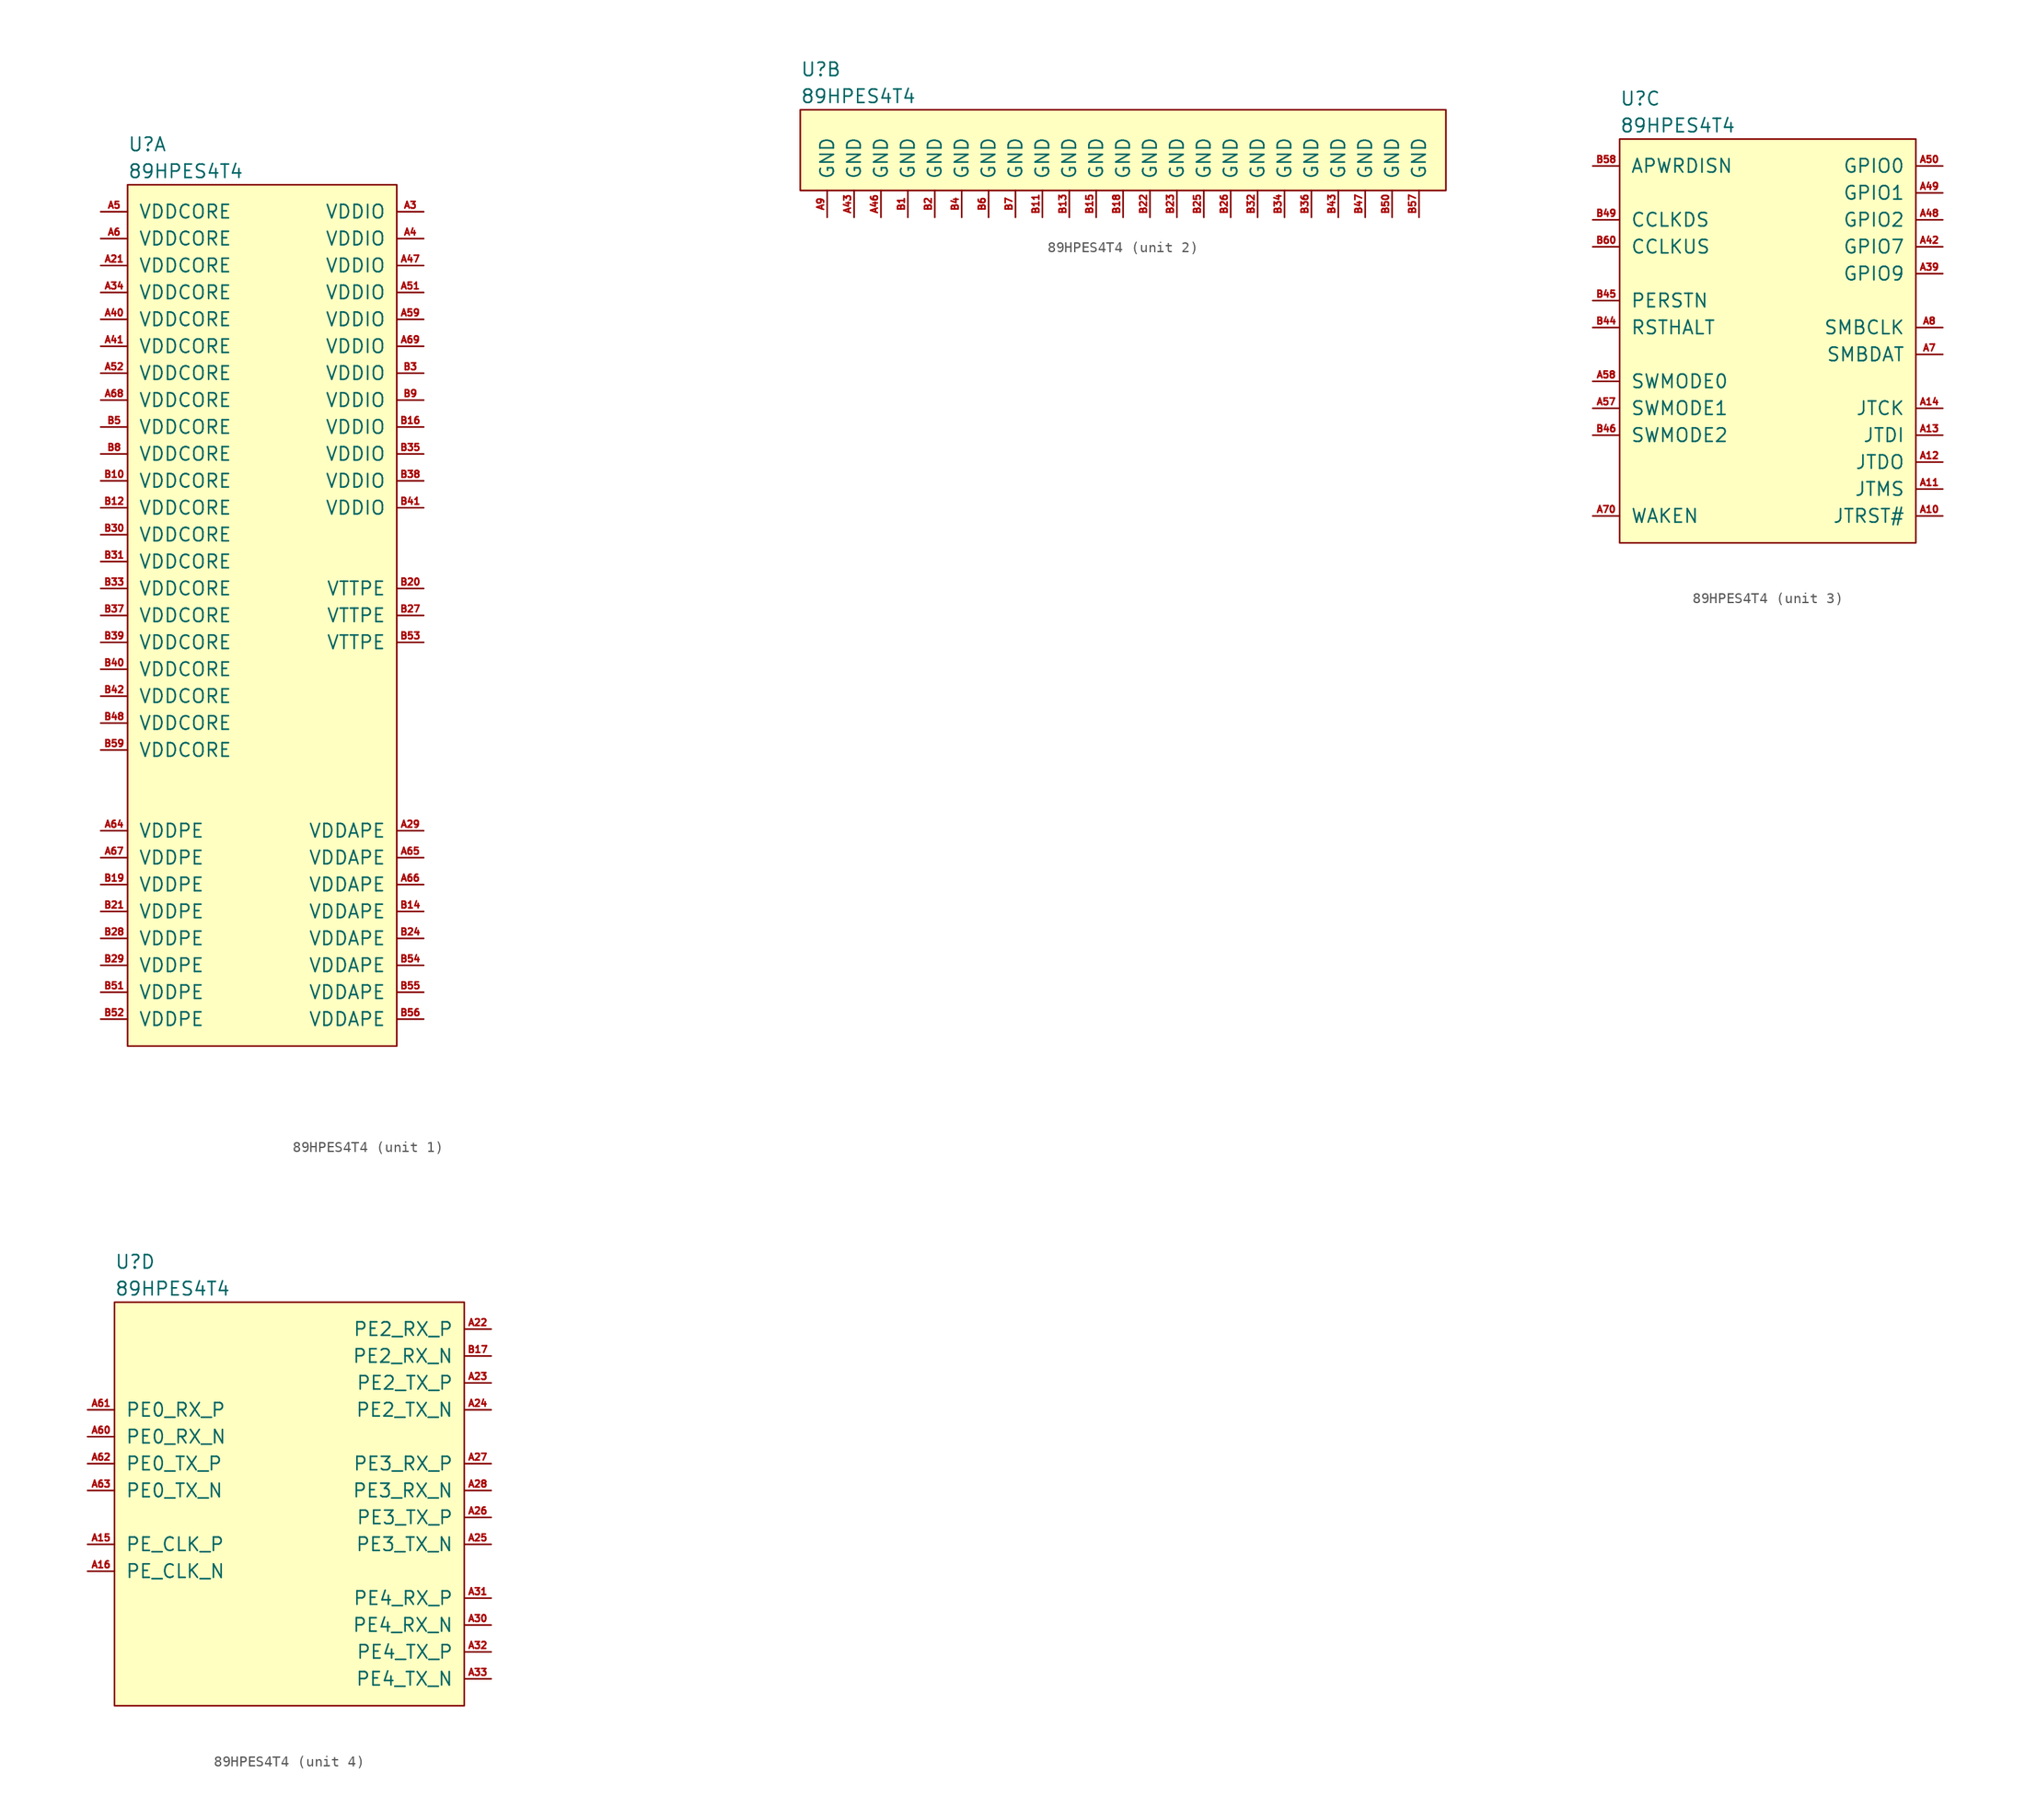
<source format=kicad_sym>
(kicad_symbol_lib
  (version 20211014)
  (generator kicad_symbol_editor)
  (symbol "89HPES4T4"
    (pin_names
      (offset 1.016))
    (property "Reference" "U"
      (at 0 3.81 0)
      (effects (font (size 1.27 1.27)) (justify left)))
    (property "Value" "89HPES4T4"
      (at 0 1.27 0)
      (effects (font (size 1.27 1.27)) (justify left)))
    (property "ki_locked" ""
      (at 0 0 0)
      (effects (font (size 1.27 1.27))))
    (symbol "89HPES4T4_1_1"
      (rectangle (start 0 0) (end 25.4 -81.28) (stroke (width 0) (type default) (color 0 0 0 0)) (fill (type background)))
      (pin no_connect line (at 45.72 -45.72 0) (length 2.54) hide (name "NC" (effects (font (size 1.27 1.27)))) (number "A1" (effects (font (size 0.635 0.635)))))
      (pin no_connect line (at 45.72 -40.64 0) (length 2.54) hide (name "NC" (effects (font (size 1.27 1.27)))) (number "A17" (effects (font (size 0.635 0.635)))))
      (pin no_connect line (at 45.72 -38.1 0) (length 2.54) hide (name "NC" (effects (font (size 1.27 1.27)))) (number "A18" (effects (font (size 0.635 0.635)))))
      (pin no_connect line (at 45.72 -35.56 0) (length 2.54) hide (name "NC" (effects (font (size 1.27 1.27)))) (number "A19" (effects (font (size 0.635 0.635)))))
      (pin no_connect line (at 45.72 -43.18 0) (length 2.54) hide (name "NC" (effects (font (size 1.27 1.27)))) (number "A2" (effects (font (size 0.635 0.635)))))
      (pin no_connect line (at 45.72 -33.02 0) (length 2.54) hide (name "NC" (effects (font (size 1.27 1.27)))) (number "A20" (effects (font (size 0.635 0.635)))))
      (pin power_in line (at -2.54 -7.62 0) (length 2.54) (name "VDDCORE" (effects (font (size 1.27 1.27)))) (number "A21" (effects (font (size 0.635 0.635)))))
      (pin power_in line (at 27.94 -60.96 180) (length 2.54) (name "VDDAPE" (effects (font (size 1.27 1.27)))) (number "A29" (effects (font (size 0.635 0.635)))))
      (pin power_in line (at 27.94 -2.54 180) (length 2.54) (name "VDDIO" (effects (font (size 1.27 1.27)))) (number "A3" (effects (font (size 0.635 0.635)))))
      (pin power_in line (at -2.54 -10.16 0) (length 2.54) (name "VDDCORE" (effects (font (size 1.27 1.27)))) (number "A34" (effects (font (size 0.635 0.635)))))
      (pin no_connect line (at 45.72 -30.48 0) (length 2.54) hide (name "NC" (effects (font (size 1.27 1.27)))) (number "A35" (effects (font (size 0.635 0.635)))))
      (pin no_connect line (at 45.72 -27.94 0) (length 2.54) hide (name "NC" (effects (font (size 1.27 1.27)))) (number "A36" (effects (font (size 0.635 0.635)))))
      (pin no_connect line (at 45.72 -25.4 0) (length 2.54) hide (name "NC" (effects (font (size 1.27 1.27)))) (number "A37" (effects (font (size 0.635 0.635)))))
      (pin no_connect line (at 45.72 -22.86 0) (length 2.54) hide (name "NC" (effects (font (size 1.27 1.27)))) (number "A38" (effects (font (size 0.635 0.635)))))
      (pin power_in line (at 27.94 -5.08 180) (length 2.54) (name "VDDIO" (effects (font (size 1.27 1.27)))) (number "A4" (effects (font (size 0.635 0.635)))))
      (pin power_in line (at -2.54 -12.7 0) (length 2.54) (name "VDDCORE" (effects (font (size 1.27 1.27)))) (number "A40" (effects (font (size 0.635 0.635)))))
      (pin power_in line (at -2.54 -15.24 0) (length 2.54) (name "VDDCORE" (effects (font (size 1.27 1.27)))) (number "A41" (effects (font (size 0.635 0.635)))))
      (pin no_connect line (at 45.72 -20.32 0) (length 2.54) hide (name "NC" (effects (font (size 1.27 1.27)))) (number "A44" (effects (font (size 0.635 0.635)))))
      (pin no_connect line (at 45.72 -17.78 0) (length 2.54) hide (name "NC" (effects (font (size 1.27 1.27)))) (number "A45" (effects (font (size 0.635 0.635)))))
      (pin power_in line (at 27.94 -7.62 180) (length 2.54) (name "VDDIO" (effects (font (size 1.27 1.27)))) (number "A47" (effects (font (size 0.635 0.635)))))
      (pin power_in line (at -2.54 -2.54 0) (length 2.54) (name "VDDCORE" (effects (font (size 1.27 1.27)))) (number "A5" (effects (font (size 0.635 0.635)))))
      (pin power_in line (at 27.94 -10.16 180) (length 2.54) (name "VDDIO" (effects (font (size 1.27 1.27)))) (number "A51" (effects (font (size 0.635 0.635)))))
      (pin power_in line (at -2.54 -17.78 0) (length 2.54) (name "VDDCORE" (effects (font (size 1.27 1.27)))) (number "A52" (effects (font (size 0.635 0.635)))))
      (pin no_connect line (at 45.72 -15.24 0) (length 2.54) hide (name "NC" (effects (font (size 1.27 1.27)))) (number "A53" (effects (font (size 0.635 0.635)))))
      (pin no_connect line (at 45.72 -12.7 0) (length 2.54) hide (name "NC" (effects (font (size 1.27 1.27)))) (number "A54" (effects (font (size 0.635 0.635)))))
      (pin no_connect line (at 45.72 -10.16 0) (length 2.54) hide (name "NC" (effects (font (size 1.27 1.27)))) (number "A55" (effects (font (size 0.635 0.635)))))
      (pin no_connect line (at 45.72 -7.62 0) (length 2.54) hide (name "NC" (effects (font (size 1.27 1.27)))) (number "A56" (effects (font (size 0.635 0.635)))))
      (pin power_in line (at 27.94 -12.7 180) (length 2.54) (name "VDDIO" (effects (font (size 1.27 1.27)))) (number "A59" (effects (font (size 0.635 0.635)))))
      (pin power_in line (at -2.54 -5.08 0) (length 2.54) (name "VDDCORE" (effects (font (size 1.27 1.27)))) (number "A6" (effects (font (size 0.635 0.635)))))
      (pin power_in line (at -2.54 -60.96 0) (length 2.54) (name "VDDPE" (effects (font (size 1.27 1.27)))) (number "A64" (effects (font (size 0.635 0.635)))))
      (pin power_in line (at 27.94 -63.5 180) (length 2.54) (name "VDDAPE" (effects (font (size 1.27 1.27)))) (number "A65" (effects (font (size 0.635 0.635)))))
      (pin power_in line (at 27.94 -66.04 180) (length 2.54) (name "VDDAPE" (effects (font (size 1.27 1.27)))) (number "A66" (effects (font (size 0.635 0.635)))))
      (pin power_in line (at -2.54 -63.5 0) (length 2.54) (name "VDDPE" (effects (font (size 1.27 1.27)))) (number "A67" (effects (font (size 0.635 0.635)))))
      (pin power_in line (at -2.54 -20.32 0) (length 2.54) (name "VDDCORE" (effects (font (size 1.27 1.27)))) (number "A68" (effects (font (size 0.635 0.635)))))
      (pin power_in line (at 27.94 -15.24 180) (length 2.54) (name "VDDIO" (effects (font (size 1.27 1.27)))) (number "A69" (effects (font (size 0.635 0.635)))))
      (pin no_connect line (at 45.72 -5.08 0) (length 2.54) hide (name "NC" (effects (font (size 1.27 1.27)))) (number "A71" (effects (font (size 0.635 0.635)))))
      (pin no_connect line (at 45.72 -2.54 0) (length 2.54) hide (name "NC" (effects (font (size 1.27 1.27)))) (number "A72" (effects (font (size 0.635 0.635)))))
      (pin power_in line (at -2.54 -27.94 0) (length 2.54) (name "VDDCORE" (effects (font (size 1.27 1.27)))) (number "B10" (effects (font (size 0.635 0.635)))))
      (pin power_in line (at -2.54 -30.48 0) (length 2.54) (name "VDDCORE" (effects (font (size 1.27 1.27)))) (number "B12" (effects (font (size 0.635 0.635)))))
      (pin power_in line (at 27.94 -68.58 180) (length 2.54) (name "VDDAPE" (effects (font (size 1.27 1.27)))) (number "B14" (effects (font (size 0.635 0.635)))))
      (pin power_in line (at 27.94 -22.86 180) (length 2.54) (name "VDDIO" (effects (font (size 1.27 1.27)))) (number "B16" (effects (font (size 0.635 0.635)))))
      (pin power_in line (at -2.54 -66.04 0) (length 2.54) (name "VDDPE" (effects (font (size 1.27 1.27)))) (number "B19" (effects (font (size 0.635 0.635)))))
      (pin power_in line (at 27.94 -38.1 180) (length 2.54) (name "VTTPE" (effects (font (size 1.27 1.27)))) (number "B20" (effects (font (size 0.635 0.635)))))
      (pin power_in line (at -2.54 -68.58 0) (length 2.54) (name "VDDPE" (effects (font (size 1.27 1.27)))) (number "B21" (effects (font (size 0.635 0.635)))))
      (pin power_in line (at 27.94 -71.12 180) (length 2.54) (name "VDDAPE" (effects (font (size 1.27 1.27)))) (number "B24" (effects (font (size 0.635 0.635)))))
      (pin power_in line (at 27.94 -40.64 180) (length 2.54) (name "VTTPE" (effects (font (size 1.27 1.27)))) (number "B27" (effects (font (size 0.635 0.635)))))
      (pin power_in line (at -2.54 -71.12 0) (length 2.54) (name "VDDPE" (effects (font (size 1.27 1.27)))) (number "B28" (effects (font (size 0.635 0.635)))))
      (pin power_in line (at -2.54 -73.66 0) (length 2.54) (name "VDDPE" (effects (font (size 1.27 1.27)))) (number "B29" (effects (font (size 0.635 0.635)))))
      (pin power_in line (at 27.94 -17.78 180) (length 2.54) (name "VDDIO" (effects (font (size 1.27 1.27)))) (number "B3" (effects (font (size 0.635 0.635)))))
      (pin power_in line (at -2.54 -33.02 0) (length 2.54) (name "VDDCORE" (effects (font (size 1.27 1.27)))) (number "B30" (effects (font (size 0.635 0.635)))))
      (pin power_in line (at -2.54 -35.56 0) (length 2.54) (name "VDDCORE" (effects (font (size 1.27 1.27)))) (number "B31" (effects (font (size 0.635 0.635)))))
      (pin power_in line (at -2.54 -38.1 0) (length 2.54) (name "VDDCORE" (effects (font (size 1.27 1.27)))) (number "B33" (effects (font (size 0.635 0.635)))))
      (pin power_in line (at 27.94 -25.4 180) (length 2.54) (name "VDDIO" (effects (font (size 1.27 1.27)))) (number "B35" (effects (font (size 0.635 0.635)))))
      (pin power_in line (at -2.54 -40.64 0) (length 2.54) (name "VDDCORE" (effects (font (size 1.27 1.27)))) (number "B37" (effects (font (size 0.635 0.635)))))
      (pin power_in line (at 27.94 -27.94 180) (length 2.54) (name "VDDIO" (effects (font (size 1.27 1.27)))) (number "B38" (effects (font (size 0.635 0.635)))))
      (pin power_in line (at -2.54 -43.18 0) (length 2.54) (name "VDDCORE" (effects (font (size 1.27 1.27)))) (number "B39" (effects (font (size 0.635 0.635)))))
      (pin power_in line (at -2.54 -45.72 0) (length 2.54) (name "VDDCORE" (effects (font (size 1.27 1.27)))) (number "B40" (effects (font (size 0.635 0.635)))))
      (pin power_in line (at 27.94 -30.48 180) (length 2.54) (name "VDDIO" (effects (font (size 1.27 1.27)))) (number "B41" (effects (font (size 0.635 0.635)))))
      (pin power_in line (at -2.54 -48.26 0) (length 2.54) (name "VDDCORE" (effects (font (size 1.27 1.27)))) (number "B42" (effects (font (size 0.635 0.635)))))
      (pin power_in line (at -2.54 -50.8 0) (length 2.54) (name "VDDCORE" (effects (font (size 1.27 1.27)))) (number "B48" (effects (font (size 0.635 0.635)))))
      (pin power_in line (at -2.54 -22.86 0) (length 2.54) (name "VDDCORE" (effects (font (size 1.27 1.27)))) (number "B5" (effects (font (size 0.635 0.635)))))
      (pin power_in line (at -2.54 -76.2 0) (length 2.54) (name "VDDPE" (effects (font (size 1.27 1.27)))) (number "B51" (effects (font (size 0.635 0.635)))))
      (pin power_in line (at -2.54 -78.74 0) (length 2.54) (name "VDDPE" (effects (font (size 1.27 1.27)))) (number "B52" (effects (font (size 0.635 0.635)))))
      (pin power_in line (at 27.94 -43.18 180) (length 2.54) (name "VTTPE" (effects (font (size 1.27 1.27)))) (number "B53" (effects (font (size 0.635 0.635)))))
      (pin power_in line (at 27.94 -73.66 180) (length 2.54) (name "VDDAPE" (effects (font (size 1.27 1.27)))) (number "B54" (effects (font (size 0.635 0.635)))))
      (pin power_in line (at 27.94 -76.2 180) (length 2.54) (name "VDDAPE" (effects (font (size 1.27 1.27)))) (number "B55" (effects (font (size 0.635 0.635)))))
      (pin power_in line (at 27.94 -78.74 180) (length 2.54) (name "VDDAPE" (effects (font (size 1.27 1.27)))) (number "B56" (effects (font (size 0.635 0.635)))))
      (pin power_in line (at -2.54 -53.34 0) (length 2.54) (name "VDDCORE" (effects (font (size 1.27 1.27)))) (number "B59" (effects (font (size 0.635 0.635)))))
      (pin power_in line (at -2.54 -25.4 0) (length 2.54) (name "VDDCORE" (effects (font (size 1.27 1.27)))) (number "B8" (effects (font (size 0.635 0.635)))))
      (pin power_in line (at 27.94 -20.32 180) (length 2.54) (name "VDDIO" (effects (font (size 1.27 1.27)))) (number "B9" (effects (font (size 0.635 0.635))))))
    (symbol "89HPES4T4_2_1"
      (rectangle (start 0 0) (end 60.96 -7.62) (stroke (width 0) (type default) (color 0 0 0 0)) (fill (type background)))
      (pin power_in line (at 5.08 -10.16 90) (length 2.54) (name "GND" (effects (font (size 1.27 1.27)))) (number "A43" (effects (font (size 0.635 0.635)))))
      (pin power_in line (at 7.62 -10.16 90) (length 2.54) (name "GND" (effects (font (size 1.27 1.27)))) (number "A46" (effects (font (size 0.635 0.635)))))
      (pin power_in line (at 2.54 -10.16 90) (length 2.54) (name "GND" (effects (font (size 1.27 1.27)))) (number "A9" (effects (font (size 0.635 0.635)))))
      (pin power_in line (at 10.16 -10.16 90) (length 2.54) (name "GND" (effects (font (size 1.27 1.27)))) (number "B1" (effects (font (size 0.635 0.635)))))
      (pin power_in line (at 22.86 -10.16 90) (length 2.54) (name "GND" (effects (font (size 1.27 1.27)))) (number "B11" (effects (font (size 0.635 0.635)))))
      (pin power_in line (at 25.4 -10.16 90) (length 2.54) (name "GND" (effects (font (size 1.27 1.27)))) (number "B13" (effects (font (size 0.635 0.635)))))
      (pin power_in line (at 27.94 -10.16 90) (length 2.54) (name "GND" (effects (font (size 1.27 1.27)))) (number "B15" (effects (font (size 0.635 0.635)))))
      (pin power_in line (at 30.48 -10.16 90) (length 2.54) (name "GND" (effects (font (size 1.27 1.27)))) (number "B18" (effects (font (size 0.635 0.635)))))
      (pin power_in line (at 12.7 -10.16 90) (length 2.54) (name "GND" (effects (font (size 1.27 1.27)))) (number "B2" (effects (font (size 0.635 0.635)))))
      (pin power_in line (at 33.02 -10.16 90) (length 2.54) (name "GND" (effects (font (size 1.27 1.27)))) (number "B22" (effects (font (size 0.635 0.635)))))
      (pin power_in line (at 35.56 -10.16 90) (length 2.54) (name "GND" (effects (font (size 1.27 1.27)))) (number "B23" (effects (font (size 0.635 0.635)))))
      (pin power_in line (at 38.1 -10.16 90) (length 2.54) (name "GND" (effects (font (size 1.27 1.27)))) (number "B25" (effects (font (size 0.635 0.635)))))
      (pin power_in line (at 40.64 -10.16 90) (length 2.54) (name "GND" (effects (font (size 1.27 1.27)))) (number "B26" (effects (font (size 0.635 0.635)))))
      (pin power_in line (at 43.18 -10.16 90) (length 2.54) (name "GND" (effects (font (size 1.27 1.27)))) (number "B32" (effects (font (size 0.635 0.635)))))
      (pin power_in line (at 45.72 -10.16 90) (length 2.54) (name "GND" (effects (font (size 1.27 1.27)))) (number "B34" (effects (font (size 0.635 0.635)))))
      (pin power_in line (at 48.26 -10.16 90) (length 2.54) (name "GND" (effects (font (size 1.27 1.27)))) (number "B36" (effects (font (size 0.635 0.635)))))
      (pin power_in line (at 15.24 -10.16 90) (length 2.54) (name "GND" (effects (font (size 1.27 1.27)))) (number "B4" (effects (font (size 0.635 0.635)))))
      (pin power_in line (at 50.8 -10.16 90) (length 2.54) (name "GND" (effects (font (size 1.27 1.27)))) (number "B43" (effects (font (size 0.635 0.635)))))
      (pin power_in line (at 53.34 -10.16 90) (length 2.54) (name "GND" (effects (font (size 1.27 1.27)))) (number "B47" (effects (font (size 0.635 0.635)))))
      (pin power_in line (at 55.88 -10.16 90) (length 2.54) (name "GND" (effects (font (size 1.27 1.27)))) (number "B50" (effects (font (size 0.635 0.635)))))
      (pin power_in line (at 58.42 -10.16 90) (length 2.54) (name "GND" (effects (font (size 1.27 1.27)))) (number "B57" (effects (font (size 0.635 0.635)))))
      (pin power_in line (at 17.78 -10.16 90) (length 2.54) (name "GND" (effects (font (size 1.27 1.27)))) (number "B6" (effects (font (size 0.635 0.635)))))
      (pin power_in line (at 20.32 -10.16 90) (length 2.54) (name "GND" (effects (font (size 1.27 1.27)))) (number "B7" (effects (font (size 0.635 0.635))))))
    (symbol "89HPES4T4_3_1"
      (rectangle (start 0 0) (end 27.94 -38.1) (stroke (width 0) (type default) (color 0 0 0 0)) (fill (type background)))
      (pin input line (at 30.48 -35.56 180) (length 2.54) (name "JTRST#" (effects (font (size 1.27 1.27)))) (number "A10" (effects (font (size 0.635 0.635)))))
      (pin input line (at 30.48 -33.02 180) (length 2.54) (name "JTMS" (effects (font (size 1.27 1.27)))) (number "A11" (effects (font (size 0.635 0.635)))))
      (pin output line (at 30.48 -30.48 180) (length 2.54) (name "JTDO" (effects (font (size 1.27 1.27)))) (number "A12" (effects (font (size 0.635 0.635)))))
      (pin input line (at 30.48 -27.94 180) (length 2.54) (name "JTDI" (effects (font (size 1.27 1.27)))) (number "A13" (effects (font (size 0.635 0.635)))))
      (pin input line (at 30.48 -25.4 180) (length 2.54) (name "JTCK" (effects (font (size 1.27 1.27)))) (number "A14" (effects (font (size 0.635 0.635)))))
      (pin bidirectional line (at 30.48 -12.7 180) (length 2.54) (name "GPIO9" (effects (font (size 1.27 1.27)))) (number "A39" (effects (font (size 0.635 0.635)))))
      (pin bidirectional line (at 30.48 -10.16 180) (length 2.54) (name "GPIO7" (effects (font (size 1.27 1.27)))) (number "A42" (effects (font (size 0.635 0.635)))))
      (pin bidirectional line (at 30.48 -7.62 180) (length 2.54) (name "GPIO2" (effects (font (size 1.27 1.27)))) (number "A48" (effects (font (size 0.635 0.635)))))
      (pin bidirectional line (at 30.48 -5.08 180) (length 2.54) (name "GPIO1" (effects (font (size 1.27 1.27)))) (number "A49" (effects (font (size 0.635 0.635)))))
      (pin bidirectional line (at 30.48 -2.54 180) (length 2.54) (name "GPIO0" (effects (font (size 1.27 1.27)))) (number "A50" (effects (font (size 0.635 0.635)))))
      (pin input line (at -2.54 -25.4 0) (length 2.54) (name "SWMODE1" (effects (font (size 1.27 1.27)))) (number "A57" (effects (font (size 0.635 0.635)))))
      (pin input line (at -2.54 -22.86 0) (length 2.54) (name "SWMODE0" (effects (font (size 1.27 1.27)))) (number "A58" (effects (font (size 0.635 0.635)))))
      (pin bidirectional line (at 30.48 -20.32 180) (length 2.54) (name "SMBDAT" (effects (font (size 1.27 1.27)))) (number "A7" (effects (font (size 0.635 0.635)))))
      (pin bidirectional line (at -2.54 -35.56 0) (length 2.54) (name "WAKEN" (effects (font (size 1.27 1.27)))) (number "A70" (effects (font (size 0.635 0.635)))))
      (pin bidirectional line (at 30.48 -17.78 180) (length 2.54) (name "SMBCLK" (effects (font (size 1.27 1.27)))) (number "A8" (effects (font (size 0.635 0.635)))))
      (pin input line (at -2.54 -17.78 0) (length 2.54) (name "RSTHALT" (effects (font (size 1.27 1.27)))) (number "B44" (effects (font (size 0.635 0.635)))))
      (pin input line (at -2.54 -15.24 0) (length 2.54) (name "PERSTN" (effects (font (size 1.27 1.27)))) (number "B45" (effects (font (size 0.635 0.635)))))
      (pin input line (at -2.54 -27.94 0) (length 2.54) (name "SWMODE2" (effects (font (size 1.27 1.27)))) (number "B46" (effects (font (size 0.635 0.635)))))
      (pin input line (at -2.54 -7.62 0) (length 2.54) (name "CCLKDS" (effects (font (size 1.27 1.27)))) (number "B49" (effects (font (size 0.635 0.635)))))
      (pin input line (at -2.54 -2.54 0) (length 2.54) (name "APWRDISN" (effects (font (size 1.27 1.27)))) (number "B58" (effects (font (size 0.635 0.635)))))
      (pin input line (at -2.54 -10.16 0) (length 2.54) (name "CCLKUS" (effects (font (size 1.27 1.27)))) (number "B60" (effects (font (size 0.635 0.635))))))
    (symbol "89HPES4T4_4_1"
      (rectangle (start 0 0) (end 33.02 -38.1) (stroke (width 0) (type default) (color 0 0 0 0)) (fill (type background)))
      (pin input line (at -2.54 -22.86 0) (length 2.54) (name "PE_CLK_P" (effects (font (size 1.27 1.27)))) (number "A15" (effects (font (size 0.635 0.635)))))
      (pin input line (at -2.54 -25.4 0) (length 2.54) (name "PE_CLK_N" (effects (font (size 1.27 1.27)))) (number "A16" (effects (font (size 0.635 0.635)))))
      (pin input line (at 35.56 -2.54 180) (length 2.54) (name "PE2_RX_P" (effects (font (size 1.27 1.27)))) (number "A22" (effects (font (size 0.635 0.635)))))
      (pin output line (at 35.56 -7.62 180) (length 2.54) (name "PE2_TX_P" (effects (font (size 1.27 1.27)))) (number "A23" (effects (font (size 0.635 0.635)))))
      (pin output line (at 35.56 -10.16 180) (length 2.54) (name "PE2_TX_N" (effects (font (size 1.27 1.27)))) (number "A24" (effects (font (size 0.635 0.635)))))
      (pin output line (at 35.56 -22.86 180) (length 2.54) (name "PE3_TX_N" (effects (font (size 1.27 1.27)))) (number "A25" (effects (font (size 0.635 0.635)))))
      (pin output line (at 35.56 -20.32 180) (length 2.54) (name "PE3_TX_P" (effects (font (size 1.27 1.27)))) (number "A26" (effects (font (size 0.635 0.635)))))
      (pin input line (at 35.56 -15.24 180) (length 2.54) (name "PE3_RX_P" (effects (font (size 1.27 1.27)))) (number "A27" (effects (font (size 0.635 0.635)))))
      (pin input line (at 35.56 -17.78 180) (length 2.54) (name "PE3_RX_N" (effects (font (size 1.27 1.27)))) (number "A28" (effects (font (size 0.635 0.635)))))
      (pin input line (at 35.56 -30.48 180) (length 2.54) (name "PE4_RX_N" (effects (font (size 1.27 1.27)))) (number "A30" (effects (font (size 0.635 0.635)))))
      (pin input line (at 35.56 -27.94 180) (length 2.54) (name "PE4_RX_P" (effects (font (size 1.27 1.27)))) (number "A31" (effects (font (size 0.635 0.635)))))
      (pin output line (at 35.56 -33.02 180) (length 2.54) (name "PE4_TX_P" (effects (font (size 1.27 1.27)))) (number "A32" (effects (font (size 0.635 0.635)))))
      (pin output line (at 35.56 -35.56 180) (length 2.54) (name "PE4_TX_N" (effects (font (size 1.27 1.27)))) (number "A33" (effects (font (size 0.635 0.635)))))
      (pin input line (at -2.54 -12.7 0) (length 2.54) (name "PE0_RX_N" (effects (font (size 1.27 1.27)))) (number "A60" (effects (font (size 0.635 0.635)))))
      (pin input line (at -2.54 -10.16 0) (length 2.54) (name "PE0_RX_P" (effects (font (size 1.27 1.27)))) (number "A61" (effects (font (size 0.635 0.635)))))
      (pin output line (at -2.54 -15.24 0) (length 2.54) (name "PE0_TX_P" (effects (font (size 1.27 1.27)))) (number "A62" (effects (font (size 0.635 0.635)))))
      (pin output line (at -2.54 -17.78 0) (length 2.54) (name "PE0_TX_N" (effects (font (size 1.27 1.27)))) (number "A63" (effects (font (size 0.635 0.635)))))
      (pin input line (at 35.56 -5.08 180) (length 2.54) (name "PE2_RX_N" (effects (font (size 1.27 1.27)))) (number "B17" (effects (font (size 0.635 0.635))))))))
</source>
